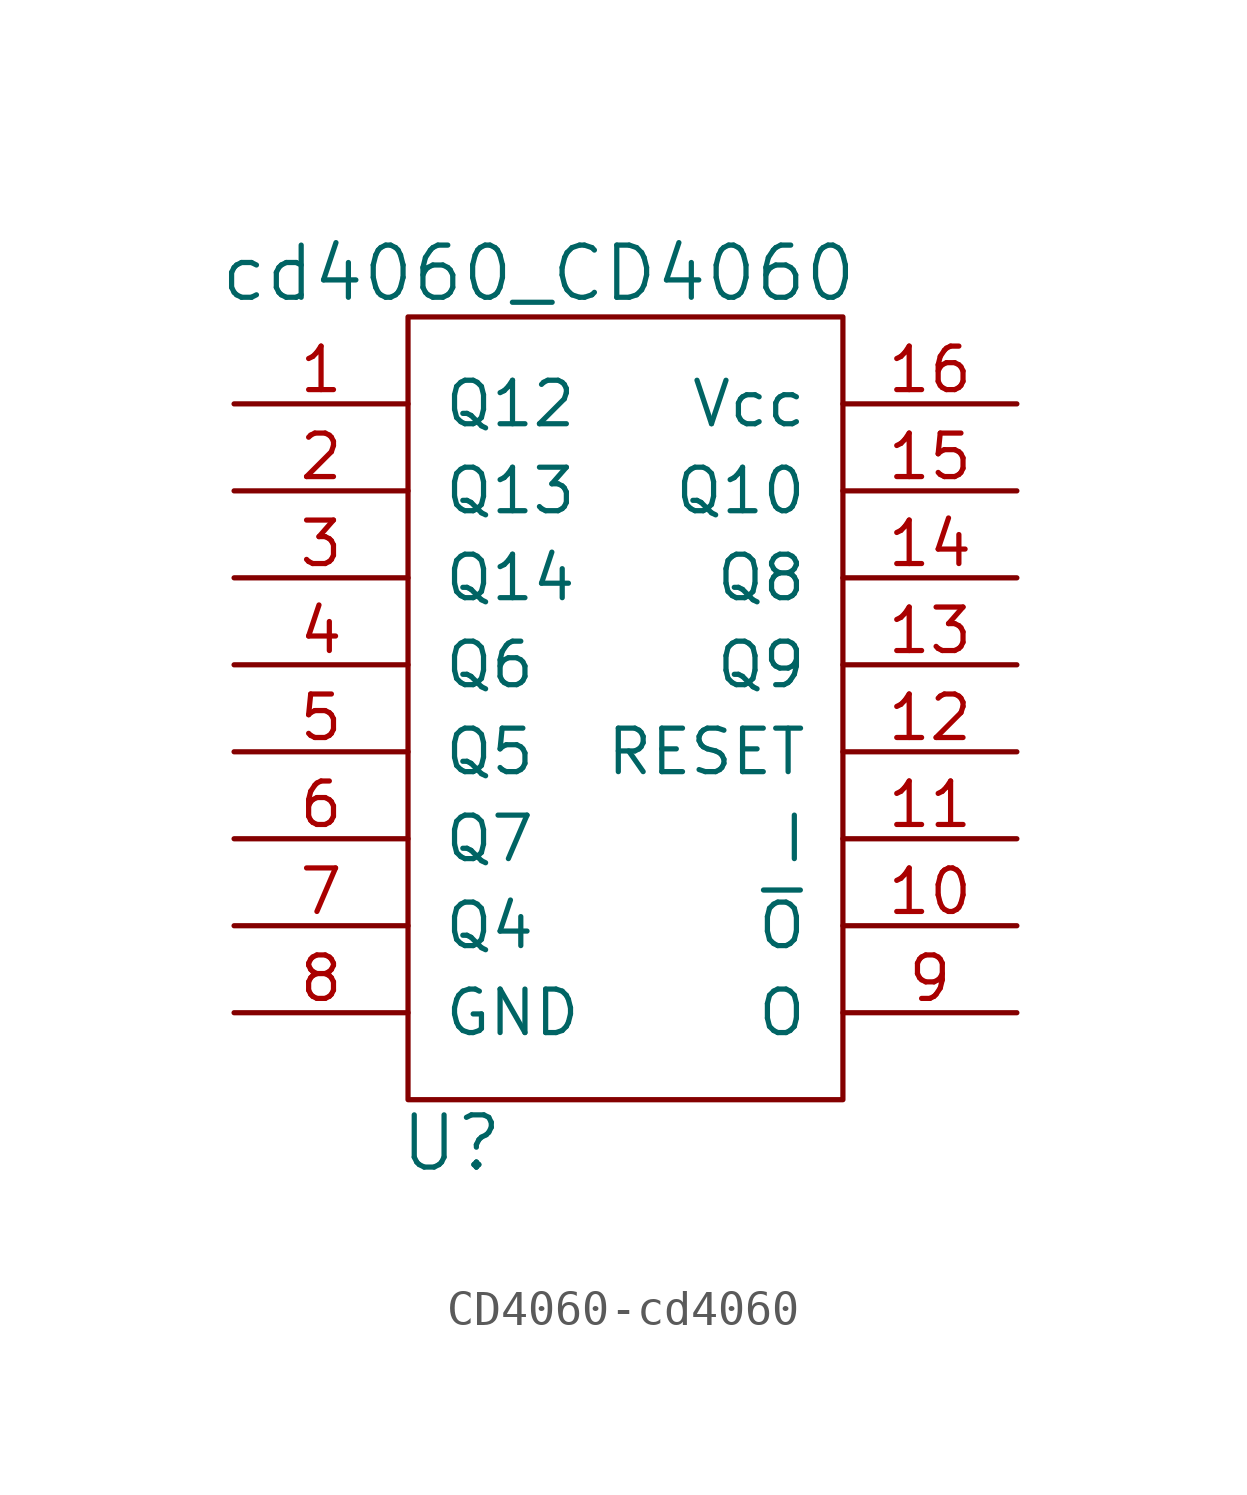
<source format=kicad_sym>
(kicad_symbol_lib
  (version 20220914)
  (generator kicad_symbol_editor)
  (symbol "CD4060-cd4060"
    (pin_names
      (offset 1.016))
    (property "Reference" "U"
      (at -5.08 -15.24 0)
      (effects (font (size 1.524 1.524))))
    (property "Value" "cd4060_CD4060"
      (at -2.54 10.16 0)
      (effects (font (size 1.524 1.524))))
    (property "Footprint" ""
      (at 1.27 0 0)
      (effects (font (size 1.524 1.524))))
    (property "Datasheet" ""
      (at 1.27 0 0)
      (effects (font (size 1.524 1.524))))
    (symbol "CD4060-cd4060_0_1"
      (rectangle (start -6.35 8.89) (end 6.35 -13.97) (stroke (width 0) (type solid)) (fill (type none))))
    (symbol "CD4060-cd4060_1_1"
      (pin input line (at -11.43 6.35 0) (length 5.08) (name "Q12" (effects (font (size 1.27 1.27)))) (number "1" (effects (font (size 1.27 1.27)))))
      (pin input line (at 11.43 -8.89 180) (length 5.08) (name "~{O}" (effects (font (size 1.27 1.27)))) (number "10" (effects (font (size 1.27 1.27)))))
      (pin input line (at 11.43 -6.35 180) (length 5.08) (name "I" (effects (font (size 1.27 1.27)))) (number "11" (effects (font (size 1.27 1.27)))))
      (pin input line (at 11.43 -3.81 180) (length 5.08) (name "RESET" (effects (font (size 1.27 1.27)))) (number "12" (effects (font (size 1.27 1.27)))))
      (pin input line (at 11.43 -1.27 180) (length 5.08) (name "Q9" (effects (font (size 1.27 1.27)))) (number "13" (effects (font (size 1.27 1.27)))))
      (pin input line (at 11.43 1.27 180) (length 5.08) (name "Q8" (effects (font (size 1.27 1.27)))) (number "14" (effects (font (size 1.27 1.27)))))
      (pin input line (at 11.43 3.81 180) (length 5.08) (name "Q10" (effects (font (size 1.27 1.27)))) (number "15" (effects (font (size 1.27 1.27)))))
      (pin input line (at 11.43 6.35 180) (length 5.08) (name "Vcc" (effects (font (size 1.27 1.27)))) (number "16" (effects (font (size 1.27 1.27)))))
      (pin input line (at -11.43 3.81 0) (length 5.08) (name "Q13" (effects (font (size 1.27 1.27)))) (number "2" (effects (font (size 1.27 1.27)))))
      (pin input line (at -11.43 1.27 0) (length 5.08) (name "Q14" (effects (font (size 1.27 1.27)))) (number "3" (effects (font (size 1.27 1.27)))))
      (pin input line (at -11.43 -1.27 0) (length 5.08) (name "Q6" (effects (font (size 1.27 1.27)))) (number "4" (effects (font (size 1.27 1.27)))))
      (pin input line (at -11.43 -3.81 0) (length 5.08) (name "Q5" (effects (font (size 1.27 1.27)))) (number "5" (effects (font (size 1.27 1.27)))))
      (pin input line (at -11.43 -6.35 0) (length 5.08) (name "Q7" (effects (font (size 1.27 1.27)))) (number "6" (effects (font (size 1.27 1.27)))))
      (pin input line (at -11.43 -8.89 0) (length 5.08) (name "Q4" (effects (font (size 1.27 1.27)))) (number "7" (effects (font (size 1.27 1.27)))))
      (pin input line (at -11.43 -11.43 0) (length 5.08) (name "GND" (effects (font (size 1.27 1.27)))) (number "8" (effects (font (size 1.27 1.27)))))
      (pin input line (at 11.43 -11.43 180) (length 5.08) (name "O" (effects (font (size 1.27 1.27)))) (number "9" (effects (font (size 1.27 1.27))))))))
</source>
